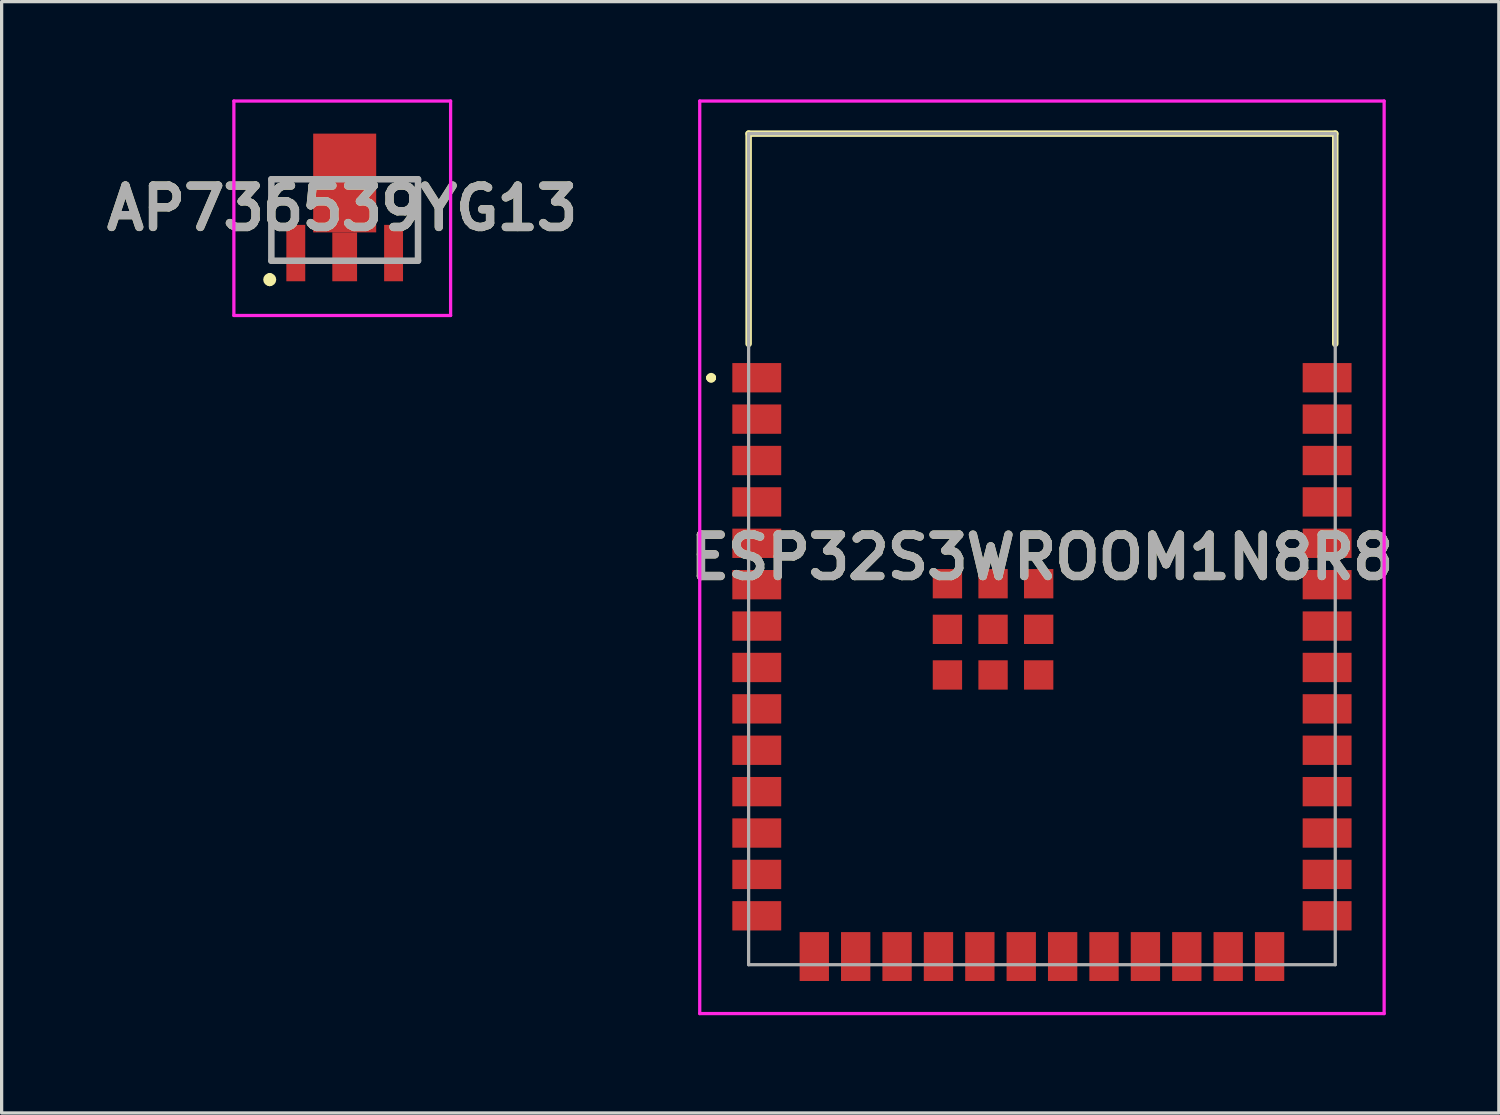
<source format=kicad_pcb>
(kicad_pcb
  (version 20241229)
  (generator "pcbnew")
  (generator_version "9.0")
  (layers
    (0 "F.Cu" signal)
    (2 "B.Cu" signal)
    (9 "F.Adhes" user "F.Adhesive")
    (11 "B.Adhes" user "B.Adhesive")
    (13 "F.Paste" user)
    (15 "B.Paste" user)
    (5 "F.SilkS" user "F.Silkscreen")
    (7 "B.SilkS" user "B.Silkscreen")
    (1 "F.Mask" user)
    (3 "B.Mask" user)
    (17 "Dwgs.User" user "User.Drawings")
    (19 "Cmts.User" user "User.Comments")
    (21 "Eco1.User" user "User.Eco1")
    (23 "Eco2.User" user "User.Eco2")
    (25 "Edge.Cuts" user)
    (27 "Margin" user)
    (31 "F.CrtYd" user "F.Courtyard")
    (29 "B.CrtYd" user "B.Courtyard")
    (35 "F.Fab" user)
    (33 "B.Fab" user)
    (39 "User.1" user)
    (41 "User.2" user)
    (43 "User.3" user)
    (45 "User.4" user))
  (footprint "AP736539YG13"
    (layer "F.Cu")
    (at 7.526 4.83)
    (property "Reference" "AP736539YG13" (at -0.075 -1.49 0) (layer "F.SilkS") (effects (font (size 1.27 1.27) (thickness 0.254))))
    (attr smd)
    (fp_line (start -2.3 0.6) (end -2.3 0.6) (stroke (width 0.2) (type solid)) (layer "F.SilkS"))
    (fp_line (start -2.3 0.8) (end -2.3 0.8) (stroke (width 0.2) (type solid)) (layer "F.SilkS"))
    (fp_line (start -2.25 -2.38) (end -2.25 0.12) (stroke (width 0.1) (type solid)) (layer "F.SilkS"))
    (fp_line (start -1.2 -2.38) (end -2.25 -2.38) (stroke (width 0.1) (type solid)) (layer "F.SilkS"))
    (fp_line (start 1.2 -2.38) (end 2.25 -2.38) (stroke (width 0.1) (type solid)) (layer "F.SilkS"))
    (fp_line (start 2.25 -2.38) (end 2.25 0.12) (stroke (width 0.1) (type solid)) (layer "F.SilkS"))
    (fp_arc (start -2.3 0.6) (mid -2.2 0.7) (end -2.3 0.8) (stroke (width 0.2) (type solid)) (layer "F.SilkS"))
    (fp_arc (start -2.3 0.8) (mid -2.4 0.7) (end -2.3 0.6) (stroke (width 0.2) (type solid)) (layer "F.SilkS"))
    (fp_line (start -3.4 -4.78) (end 3.25 -4.78) (stroke (width 0.1) (type solid)) (layer "F.CrtYd"))
    (fp_line (start -3.4 1.8) (end -3.4 -4.78) (stroke (width 0.1) (type solid)) (layer "F.CrtYd"))
    (fp_line (start 3.25 -4.78) (end 3.25 1.8) (stroke (width 0.1) (type solid)) (layer "F.CrtYd"))
    (fp_line (start 3.25 1.8) (end -3.4 1.8) (stroke (width 0.1) (type solid)) (layer "F.CrtYd"))
    (fp_line (start -2.25 -2.38) (end 2.25 -2.38) (stroke (width 0.2) (type solid)) (layer "F.Fab"))
    (fp_line (start -2.25 0.12) (end -2.25 -2.38) (stroke (width 0.2) (type solid)) (layer "F.Fab"))
    (fp_line (start 2.25 -2.38) (end 2.25 0.12) (stroke (width 0.2) (type solid)) (layer "F.Fab"))
    (fp_line (start 2.25 0.12) (end -2.25 0.12) (stroke (width 0.2) (type solid)) (layer "F.Fab"))
    (fp_text user "${REFERENCE}" (at -0.075 -1.49 0) (layer "F.Fab") (effects (font (size 1.27 1.27) (thickness 0.254))))
    (pad "1" smd rect (at -1.5 -0.115) (size 0.58 1.73) (layers "F.Cu" "F.Mask" "F.Paste"))
    (pad "2" smd rect (at 0 0) (size 0.76 1.5) (layers "F.Cu" "F.Mask" "F.Paste"))
    (pad "3" smd rect (at 1.5 -0.115) (size 0.58 1.73) (layers "F.Cu" "F.Mask" "F.Paste"))
    (pad "4" smd rect (at 0 -2.265) (size 1.933 3.03) (layers "F.Cu" "F.Mask" "F.Paste")))
  (footprint "ESP32S3WROOM1N8R8"
    (layer "F.Cu")
    (at 28.92 13.8)
    (property "Reference" "ESP32S3WROOM1N8R8" (at 0 0.25 0) (layer "F.SilkS") (effects (font (size 1.27 1.27) (thickness 0.254))))
    (attr smd)
    (fp_line (start -10.2 -5.26) (end -10.2 -5.26) (stroke (width 0.2) (type solid)) (layer "F.SilkS"))
    (fp_line (start -10.2 -5.26) (end -10.2 -5.26) (stroke (width 0.2) (type solid)) (layer "F.SilkS"))
    (fp_line (start -10.1 -5.26) (end -10.1 -5.26) (stroke (width 0.2) (type solid)) (layer "F.SilkS"))
    (fp_line (start -9 -12.75) (end 9 -12.75) (stroke (width 0.2) (type solid)) (layer "F.SilkS"))
    (fp_line (start -9 -6.3) (end -9 -12.75) (stroke (width 0.2) (type solid)) (layer "F.SilkS"))
    (fp_line (start 9 -12.75) (end 9 -6.3) (stroke (width 0.2) (type solid)) (layer "F.SilkS"))
    (fp_arc (start -10.2 -5.26) (mid -10.15 -5.31) (end -10.1 -5.26) (stroke (width 0.2) (type solid)) (layer "F.SilkS"))
    (fp_arc (start -10.1 -5.26) (mid -10.15 -5.21) (end -10.2 -5.26) (stroke (width 0.2) (type solid)) (layer "F.SilkS"))
    (fp_arc (start -10.1 -5.26) (mid -10.15 -5.21) (end -10.2 -5.26) (stroke (width 0.2) (type solid)) (layer "F.SilkS"))
    (fp_line (start -10.5 -13.75) (end 10.5 -13.75) (stroke (width 0.1) (type solid)) (layer "F.CrtYd"))
    (fp_line (start -10.5 14.25) (end -10.5 -13.75) (stroke (width 0.1) (type solid)) (layer "F.CrtYd"))
    (fp_line (start 10.5 -13.75) (end 10.5 14.25) (stroke (width 0.1) (type solid)) (layer "F.CrtYd"))
    (fp_line (start 10.5 14.25) (end -10.5 14.25) (stroke (width 0.1) (type solid)) (layer "F.CrtYd"))
    (fp_line (start -9 -12.75) (end 9 -12.75) (stroke (width 0.1) (type solid)) (layer "F.Fab"))
    (fp_line (start -9 12.75) (end -9 -12.75) (stroke (width 0.1) (type solid)) (layer "F.Fab"))
    (fp_line (start 9 -12.75) (end 9 12.75) (stroke (width 0.1) (type solid)) (layer "F.Fab"))
    (fp_line (start 9 12.75) (end -9 12.75) (stroke (width 0.1) (type solid)) (layer "F.Fab"))
    (fp_text user "${REFERENCE}" (at 0 0.25 0) (layer "F.Fab") (effects (font (size 1.27 1.27) (thickness 0.254))))
    (pad "1" smd rect (at -8.75 -5.26 90) (size 0.9 1.5) (layers "F.Cu" "F.Mask" "F.Paste"))
    (pad "2" smd rect (at -8.75 -3.99 90) (size 0.9 1.5) (layers "F.Cu" "F.Mask" "F.Paste"))
    (pad "3" smd rect (at -8.75 -2.72 90) (size 0.9 1.5) (layers "F.Cu" "F.Mask" "F.Paste"))
    (pad "4" smd rect (at -8.75 -1.45 90) (size 0.9 1.5) (layers "F.Cu" "F.Mask" "F.Paste"))
    (pad "5" smd rect (at -8.75 -0.18 90) (size 0.9 1.5) (layers "F.Cu" "F.Mask" "F.Paste"))
    (pad "6" smd rect (at -8.75 1.09 90) (size 0.9 1.5) (layers "F.Cu" "F.Mask" "F.Paste"))
    (pad "7" smd rect (at -8.75 2.36 90) (size 0.9 1.5) (layers "F.Cu" "F.Mask" "F.Paste"))
    (pad "8" smd rect (at -8.75 3.63 90) (size 0.9 1.5) (layers "F.Cu" "F.Mask" "F.Paste"))
    (pad "9" smd rect (at -8.75 4.9 90) (size 0.9 1.5) (layers "F.Cu" "F.Mask" "F.Paste"))
    (pad "10" smd rect (at -8.75 6.17 90) (size 0.9 1.5) (layers "F.Cu" "F.Mask" "F.Paste"))
    (pad "11" smd rect (at -8.75 7.44 90) (size 0.9 1.5) (layers "F.Cu" "F.Mask" "F.Paste"))
    (pad "12" smd rect (at -8.75 8.71 90) (size 0.9 1.5) (layers "F.Cu" "F.Mask" "F.Paste"))
    (pad "13" smd rect (at -8.75 9.98 90) (size 0.9 1.5) (layers "F.Cu" "F.Mask" "F.Paste"))
    (pad "14" smd rect (at -8.75 11.25 90) (size 0.9 1.5) (layers "F.Cu" "F.Mask" "F.Paste"))
    (pad "15" smd rect (at -6.985 12.5) (size 0.9 1.5) (layers "F.Cu" "F.Mask" "F.Paste"))
    (pad "16" smd rect (at -5.715 12.5) (size 0.9 1.5) (layers "F.Cu" "F.Mask" "F.Paste"))
    (pad "17" smd rect (at -4.445 12.5) (size 0.9 1.5) (layers "F.Cu" "F.Mask" "F.Paste"))
    (pad "18" smd rect (at -3.175 12.5) (size 0.9 1.5) (layers "F.Cu" "F.Mask" "F.Paste"))
    (pad "19" smd rect (at -1.905 12.5) (size 0.9 1.5) (layers "F.Cu" "F.Mask" "F.Paste"))
    (pad "20" smd rect (at -0.635 12.5) (size 0.9 1.5) (layers "F.Cu" "F.Mask" "F.Paste"))
    (pad "21" smd rect (at 0.635 12.5) (size 0.9 1.5) (layers "F.Cu" "F.Mask" "F.Paste"))
    (pad "22" smd rect (at 1.905 12.5) (size 0.9 1.5) (layers "F.Cu" "F.Mask" "F.Paste"))
    (pad "23" smd rect (at 3.175 12.5) (size 0.9 1.5) (layers "F.Cu" "F.Mask" "F.Paste"))
    (pad "24" smd rect (at 4.445 12.5) (size 0.9 1.5) (layers "F.Cu" "F.Mask" "F.Paste"))
    (pad "25" smd rect (at 5.715 12.5) (size 0.9 1.5) (layers "F.Cu" "F.Mask" "F.Paste"))
    (pad "26" smd rect (at 6.985 12.5) (size 0.9 1.5) (layers "F.Cu" "F.Mask" "F.Paste"))
    (pad "27" smd rect (at 8.75 11.25 90) (size 0.9 1.5) (layers "F.Cu" "F.Mask" "F.Paste"))
    (pad "28" smd rect (at 8.75 9.98 90) (size 0.9 1.5) (layers "F.Cu" "F.Mask" "F.Paste"))
    (pad "29" smd rect (at 8.75 8.71 90) (size 0.9 1.5) (layers "F.Cu" "F.Mask" "F.Paste"))
    (pad "30" smd rect (at 8.75 7.44 90) (size 0.9 1.5) (layers "F.Cu" "F.Mask" "F.Paste"))
    (pad "31" smd rect (at 8.75 6.17 90) (size 0.9 1.5) (layers "F.Cu" "F.Mask" "F.Paste"))
    (pad "32" smd rect (at 8.75 4.9 90) (size 0.9 1.5) (layers "F.Cu" "F.Mask" "F.Paste"))
    (pad "33" smd rect (at 8.75 3.63 90) (size 0.9 1.5) (layers "F.Cu" "F.Mask" "F.Paste"))
    (pad "34" smd rect (at 8.75 2.36 90) (size 0.9 1.5) (layers "F.Cu" "F.Mask" "F.Paste"))
    (pad "35" smd rect (at 8.75 1.09 90) (size 0.9 1.5) (layers "F.Cu" "F.Mask" "F.Paste"))
    (pad "36" smd rect (at 8.75 -0.18 90) (size 0.9 1.5) (layers "F.Cu" "F.Mask" "F.Paste"))
    (pad "37" smd rect (at 8.75 -1.45 90) (size 0.9 1.5) (layers "F.Cu" "F.Mask" "F.Paste"))
    (pad "38" smd rect (at 8.75 -2.72 90) (size 0.9 1.5) (layers "F.Cu" "F.Mask" "F.Paste"))
    (pad "39" smd rect (at 8.75 -3.99 90) (size 0.9 1.5) (layers "F.Cu" "F.Mask" "F.Paste"))
    (pad "40" smd rect (at 8.75 -5.26 90) (size 0.9 1.5) (layers "F.Cu" "F.Mask" "F.Paste"))
    (pad "41" smd rect (at -1.5 2.46) (size 0.9 0.9) (layers "F.Cu" "F.Mask" "F.Paste"))
    (pad "42" smd rect (at -1.5 1.06) (size 0.9 0.9) (layers "F.Cu" "F.Mask" "F.Paste"))
    (pad "43" smd rect (at -2.9 1.06) (size 0.9 0.9) (layers "F.Cu" "F.Mask" "F.Paste"))
    (pad "44" smd rect (at -2.9 2.46) (size 0.9 0.9) (layers "F.Cu" "F.Mask" "F.Paste"))
    (pad "45" smd rect (at -2.9 3.86) (size 0.9 0.9) (layers "F.Cu" "F.Mask" "F.Paste"))
    (pad "46" smd rect (at -1.5 3.86) (size 0.9 0.9) (layers "F.Cu" "F.Mask" "F.Paste"))
    (pad "47" smd rect (at -0.1 3.86) (size 0.9 0.9) (layers "F.Cu" "F.Mask" "F.Paste"))
    (pad "48" smd rect (at -0.1 2.46) (size 0.9 0.9) (layers "F.Cu" "F.Mask" "F.Paste"))
    (pad "49" smd rect (at -0.1 1.06) (size 0.9 0.9) (layers "F.Cu" "F.Mask" "F.Paste")))
  (gr_rect
    (start -3 -3)
    (end 42.939 31.1)
    (stroke (width 0.1) (type default))
    (fill no)
    (layer "Edge.Cuts")))
</source>
